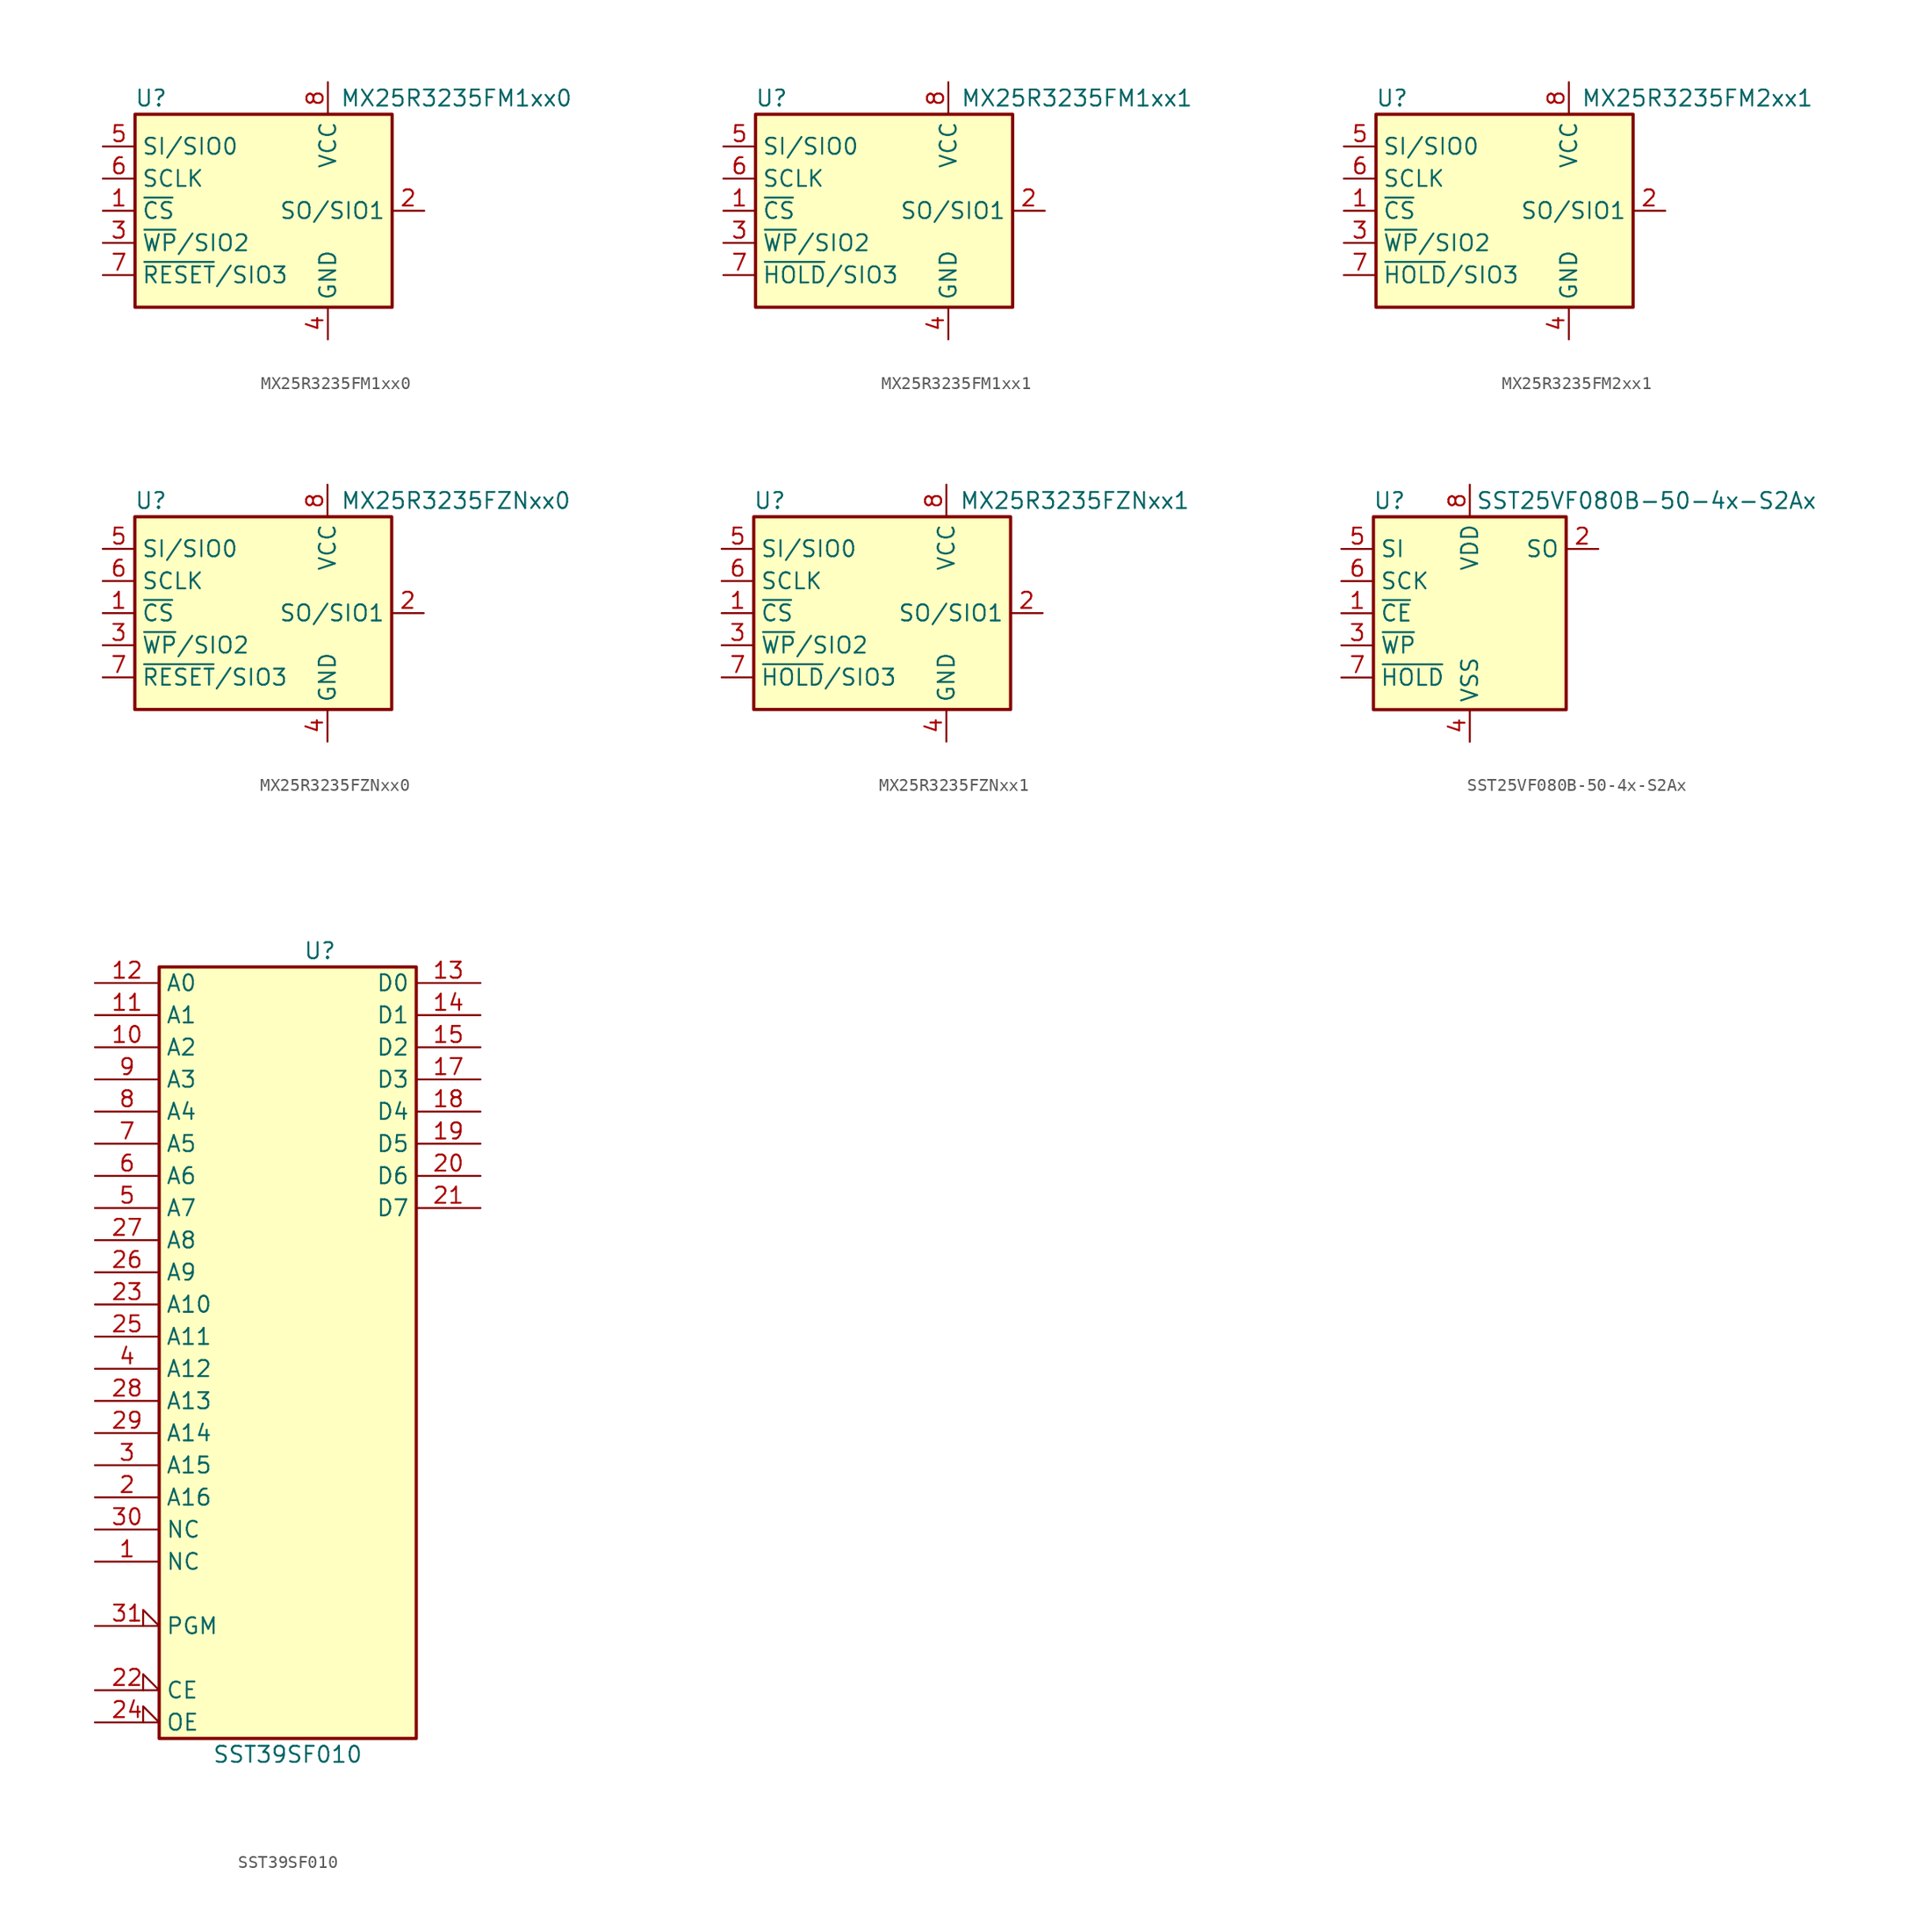
<source format=kicad_sym>
(kicad_symbol_lib
  (version 20201005)
  (generator kicad_symbol_editor)
  (symbol "Memory_Flash:MX25R3235FM1xx0"
    (property "Reference" "U"
      (at -8.89 8.89 0)
      (effects (font (size 1.27 1.27))))
    (property "Value" "MX25R3235FM1xx0"
      (at 15.24 8.89 0)
      (effects (font (size 1.27 1.27))))
    (symbol "MX25R3235FM1xx0_1_1"
      (rectangle (start -10.16 7.62) (end 10.16 -7.62) (stroke (width 0.254)) (fill (type background)))
      (pin input line (at -12.7 0 0) (length 2.54) (name "~CS" (effects (font (size 1.27 1.27)))) (number "1" (effects (font (size 1.27 1.27)))))
      (pin bidirectional line (at 12.7 0 180) (length 2.54) (name "SO/SIO1" (effects (font (size 1.27 1.27)))) (number "2" (effects (font (size 1.27 1.27)))))
      (pin bidirectional line (at -12.7 -2.54 0) (length 2.54) (name "~WP~/SIO2" (effects (font (size 1.27 1.27)))) (number "3" (effects (font (size 1.27 1.27)))))
      (pin power_in line (at 5.08 -10.16 90) (length 2.54) (name "GND" (effects (font (size 1.27 1.27)))) (number "4" (effects (font (size 1.27 1.27)))))
      (pin bidirectional line (at -12.7 5.08 0) (length 2.54) (name "SI/SIO0" (effects (font (size 1.27 1.27)))) (number "5" (effects (font (size 1.27 1.27)))))
      (pin input line (at -12.7 2.54 0) (length 2.54) (name "SCLK" (effects (font (size 1.27 1.27)))) (number "6" (effects (font (size 1.27 1.27)))))
      (pin bidirectional line (at -12.7 -5.08 0) (length 2.54) (name "~RESET~/SIO3" (effects (font (size 1.27 1.27)))) (number "7" (effects (font (size 1.27 1.27)))))
      (pin power_in line (at 5.08 10.16 270) (length 2.54) (name "VCC" (effects (font (size 1.27 1.27)))) (number "8" (effects (font (size 1.27 1.27)))))))
  (symbol "Memory_Flash:MX25R3235FM1xx1"
    (property "Reference" "U"
      (at -8.89 8.89 0)
      (effects (font (size 1.27 1.27))))
    (property "Value" "MX25R3235FM1xx1"
      (at 15.24 8.89 0)
      (effects (font (size 1.27 1.27))))
    (symbol "MX25R3235FM1xx1_1_1"
      (rectangle (start -10.16 7.62) (end 10.16 -7.62) (stroke (width 0.254)) (fill (type background)))
      (pin input line (at -12.7 0 0) (length 2.54) (name "~CS" (effects (font (size 1.27 1.27)))) (number "1" (effects (font (size 1.27 1.27)))))
      (pin bidirectional line (at 12.7 0 180) (length 2.54) (name "SO/SIO1" (effects (font (size 1.27 1.27)))) (number "2" (effects (font (size 1.27 1.27)))))
      (pin bidirectional line (at -12.7 -2.54 0) (length 2.54) (name "~WP~/SIO2" (effects (font (size 1.27 1.27)))) (number "3" (effects (font (size 1.27 1.27)))))
      (pin power_in line (at 5.08 -10.16 90) (length 2.54) (name "GND" (effects (font (size 1.27 1.27)))) (number "4" (effects (font (size 1.27 1.27)))))
      (pin bidirectional line (at -12.7 5.08 0) (length 2.54) (name "SI/SIO0" (effects (font (size 1.27 1.27)))) (number "5" (effects (font (size 1.27 1.27)))))
      (pin input line (at -12.7 2.54 0) (length 2.54) (name "SCLK" (effects (font (size 1.27 1.27)))) (number "6" (effects (font (size 1.27 1.27)))))
      (pin bidirectional line (at -12.7 -5.08 0) (length 2.54) (name "~HOLD~/SIO3" (effects (font (size 1.27 1.27)))) (number "7" (effects (font (size 1.27 1.27)))))
      (pin power_in line (at 5.08 10.16 270) (length 2.54) (name "VCC" (effects (font (size 1.27 1.27)))) (number "8" (effects (font (size 1.27 1.27)))))))
  (symbol "Memory_Flash:MX25R3235FM2xx1"
    (property "Reference" "U"
      (at -8.89 8.89 0)
      (effects (font (size 1.27 1.27))))
    (property "Value" "MX25R3235FM2xx1"
      (at 15.24 8.89 0)
      (effects (font (size 1.27 1.27))))
    (symbol "MX25R3235FM2xx1_1_1"
      (rectangle (start -10.16 7.62) (end 10.16 -7.62) (stroke (width 0.254)) (fill (type background)))
      (pin input line (at -12.7 0 0) (length 2.54) (name "~CS" (effects (font (size 1.27 1.27)))) (number "1" (effects (font (size 1.27 1.27)))))
      (pin bidirectional line (at 12.7 0 180) (length 2.54) (name "SO/SIO1" (effects (font (size 1.27 1.27)))) (number "2" (effects (font (size 1.27 1.27)))))
      (pin bidirectional line (at -12.7 -2.54 0) (length 2.54) (name "~WP~/SIO2" (effects (font (size 1.27 1.27)))) (number "3" (effects (font (size 1.27 1.27)))))
      (pin power_in line (at 5.08 -10.16 90) (length 2.54) (name "GND" (effects (font (size 1.27 1.27)))) (number "4" (effects (font (size 1.27 1.27)))))
      (pin bidirectional line (at -12.7 5.08 0) (length 2.54) (name "SI/SIO0" (effects (font (size 1.27 1.27)))) (number "5" (effects (font (size 1.27 1.27)))))
      (pin input line (at -12.7 2.54 0) (length 2.54) (name "SCLK" (effects (font (size 1.27 1.27)))) (number "6" (effects (font (size 1.27 1.27)))))
      (pin bidirectional line (at -12.7 -5.08 0) (length 2.54) (name "~HOLD~/SIO3" (effects (font (size 1.27 1.27)))) (number "7" (effects (font (size 1.27 1.27)))))
      (pin power_in line (at 5.08 10.16 270) (length 2.54) (name "VCC" (effects (font (size 1.27 1.27)))) (number "8" (effects (font (size 1.27 1.27)))))))
  (symbol "Memory_Flash:MX25R3235FZNxx0"
    (property "Reference" "U"
      (at -8.89 8.89 0)
      (effects (font (size 1.27 1.27))))
    (property "Value" "MX25R3235FZNxx0"
      (at 15.24 8.89 0)
      (effects (font (size 1.27 1.27))))
    (symbol "MX25R3235FZNxx0_1_1"
      (rectangle (start -10.16 7.62) (end 10.16 -7.62) (stroke (width 0.254)) (fill (type background)))
      (pin input line (at -12.7 0 0) (length 2.54) (name "~CS" (effects (font (size 1.27 1.27)))) (number "1" (effects (font (size 1.27 1.27)))))
      (pin bidirectional line (at 12.7 0 180) (length 2.54) (name "SO/SIO1" (effects (font (size 1.27 1.27)))) (number "2" (effects (font (size 1.27 1.27)))))
      (pin bidirectional line (at -12.7 -2.54 0) (length 2.54) (name "~WP~/SIO2" (effects (font (size 1.27 1.27)))) (number "3" (effects (font (size 1.27 1.27)))))
      (pin power_in line (at 5.08 -10.16 90) (length 2.54) (name "GND" (effects (font (size 1.27 1.27)))) (number "4" (effects (font (size 1.27 1.27)))))
      (pin bidirectional line (at -12.7 5.08 0) (length 2.54) (name "SI/SIO0" (effects (font (size 1.27 1.27)))) (number "5" (effects (font (size 1.27 1.27)))))
      (pin input line (at -12.7 2.54 0) (length 2.54) (name "SCLK" (effects (font (size 1.27 1.27)))) (number "6" (effects (font (size 1.27 1.27)))))
      (pin bidirectional line (at -12.7 -5.08 0) (length 2.54) (name "~RESET~/SIO3" (effects (font (size 1.27 1.27)))) (number "7" (effects (font (size 1.27 1.27)))))
      (pin power_in line (at 5.08 10.16 270) (length 2.54) (name "VCC" (effects (font (size 1.27 1.27)))) (number "8" (effects (font (size 1.27 1.27)))))
      (pin passive line (at 5.08 -10.16 90) (length 2.54) hide (name "GND" (effects (font (size 1.27 1.27)))) (number "9" (effects (font (size 1.27 1.27)))))))
  (symbol "Memory_Flash:MX25R3235FZNxx1"
    (property "Reference" "U"
      (at -8.89 8.89 0)
      (effects (font (size 1.27 1.27))))
    (property "Value" "MX25R3235FZNxx1"
      (at 15.24 8.89 0)
      (effects (font (size 1.27 1.27))))
    (symbol "MX25R3235FZNxx1_1_1"
      (rectangle (start -10.16 7.62) (end 10.16 -7.62) (stroke (width 0.254)) (fill (type background)))
      (pin input line (at -12.7 0 0) (length 2.54) (name "~CS" (effects (font (size 1.27 1.27)))) (number "1" (effects (font (size 1.27 1.27)))))
      (pin bidirectional line (at 12.7 0 180) (length 2.54) (name "SO/SIO1" (effects (font (size 1.27 1.27)))) (number "2" (effects (font (size 1.27 1.27)))))
      (pin bidirectional line (at -12.7 -2.54 0) (length 2.54) (name "~WP~/SIO2" (effects (font (size 1.27 1.27)))) (number "3" (effects (font (size 1.27 1.27)))))
      (pin power_in line (at 5.08 -10.16 90) (length 2.54) (name "GND" (effects (font (size 1.27 1.27)))) (number "4" (effects (font (size 1.27 1.27)))))
      (pin bidirectional line (at -12.7 5.08 0) (length 2.54) (name "SI/SIO0" (effects (font (size 1.27 1.27)))) (number "5" (effects (font (size 1.27 1.27)))))
      (pin input line (at -12.7 2.54 0) (length 2.54) (name "SCLK" (effects (font (size 1.27 1.27)))) (number "6" (effects (font (size 1.27 1.27)))))
      (pin bidirectional line (at -12.7 -5.08 0) (length 2.54) (name "~HOLD~/SIO3" (effects (font (size 1.27 1.27)))) (number "7" (effects (font (size 1.27 1.27)))))
      (pin power_in line (at 5.08 10.16 270) (length 2.54) (name "VCC" (effects (font (size 1.27 1.27)))) (number "8" (effects (font (size 1.27 1.27)))))
      (pin passive line (at 5.08 -10.16 90) (length 2.54) hide (name "GND" (effects (font (size 1.27 1.27)))) (number "9" (effects (font (size 1.27 1.27)))))))
  (symbol "Memory_Flash:SST25VF080B-50-4x-S2Ax"
    (property "Reference" "U"
      (at -6.35 8.89 0)
      (effects (font (size 1.27 1.27))))
    (property "Value" "SST25VF080B-50-4x-S2Ax"
      (at 13.97 8.89 0)
      (effects (font (size 1.27 1.27))))
    (symbol "SST25VF080B-50-4x-S2Ax_1_1"
      (rectangle (start -7.62 7.62) (end 7.62 -7.62) (stroke (width 0.254)) (fill (type background)))
      (pin input line (at -10.16 0 0) (length 2.54) (name "~CE" (effects (font (size 1.27 1.27)))) (number "1" (effects (font (size 1.27 1.27)))))
      (pin output line (at 10.16 5.08 180) (length 2.54) (name "SO" (effects (font (size 1.27 1.27)))) (number "2" (effects (font (size 1.27 1.27)))))
      (pin input line (at -10.16 -2.54 0) (length 2.54) (name "~WP~" (effects (font (size 1.27 1.27)))) (number "3" (effects (font (size 1.27 1.27)))))
      (pin power_in line (at 0 -10.16 90) (length 2.54) (name "VSS" (effects (font (size 1.27 1.27)))) (number "4" (effects (font (size 1.27 1.27)))))
      (pin input line (at -10.16 5.08 0) (length 2.54) (name "SI" (effects (font (size 1.27 1.27)))) (number "5" (effects (font (size 1.27 1.27)))))
      (pin input line (at -10.16 2.54 0) (length 2.54) (name "SCK" (effects (font (size 1.27 1.27)))) (number "6" (effects (font (size 1.27 1.27)))))
      (pin input line (at -10.16 -5.08 0) (length 2.54) (name "~HOLD~" (effects (font (size 1.27 1.27)))) (number "7" (effects (font (size 1.27 1.27)))))
      (pin power_in line (at 0 10.16 270) (length 2.54) (name "VDD" (effects (font (size 1.27 1.27)))) (number "8" (effects (font (size 1.27 1.27)))))))
  (symbol "Memory_Flash:SST39SF010"
    (property "Reference" "U"
      (at 2.54 33.02 0)
      (effects (font (size 1.27 1.27))))
    (property "Value" "SST39SF010"
      (at 0 -30.48 0)
      (effects (font (size 1.27 1.27))))
    (symbol "SST39SF010_0_0"
      (pin power_in line (at 0 -30.48 90) (length 1.27) hide (name "GND" (effects (font (size 1.27 1.27)))) (number "16" (effects (font (size 1.27 1.27)))))
      (pin power_in line (at 0 33.02 270) (length 1.27) hide (name "VCC" (effects (font (size 1.27 1.27)))) (number "32" (effects (font (size 1.27 1.27))))))
    (symbol "SST39SF010_0_1"
      (rectangle (start -10.16 31.75) (end 10.16 -29.21) (stroke (width 0.254)) (fill (type background))))
    (symbol "SST39SF010_1_1"
      (pin input line (at -15.24 -15.24 0) (length 5.08) (name "NC" (effects (font (size 1.27 1.27)))) (number "1" (effects (font (size 1.27 1.27)))))
      (pin input line (at -15.24 25.4 0) (length 5.08) (name "A2" (effects (font (size 1.27 1.27)))) (number "10" (effects (font (size 1.27 1.27)))))
      (pin input line (at -15.24 27.94 0) (length 5.08) (name "A1" (effects (font (size 1.27 1.27)))) (number "11" (effects (font (size 1.27 1.27)))))
      (pin input line (at -15.24 30.48 0) (length 5.08) (name "A0" (effects (font (size 1.27 1.27)))) (number "12" (effects (font (size 1.27 1.27)))))
      (pin tri_state line (at 15.24 30.48 180) (length 5.08) (name "D0" (effects (font (size 1.27 1.27)))) (number "13" (effects (font (size 1.27 1.27)))))
      (pin tri_state line (at 15.24 27.94 180) (length 5.08) (name "D1" (effects (font (size 1.27 1.27)))) (number "14" (effects (font (size 1.27 1.27)))))
      (pin tri_state line (at 15.24 25.4 180) (length 5.08) (name "D2" (effects (font (size 1.27 1.27)))) (number "15" (effects (font (size 1.27 1.27)))))
      (pin tri_state line (at 15.24 22.86 180) (length 5.08) (name "D3" (effects (font (size 1.27 1.27)))) (number "17" (effects (font (size 1.27 1.27)))))
      (pin tri_state line (at 15.24 20.32 180) (length 5.08) (name "D4" (effects (font (size 1.27 1.27)))) (number "18" (effects (font (size 1.27 1.27)))))
      (pin tri_state line (at 15.24 17.78 180) (length 5.08) (name "D5" (effects (font (size 1.27 1.27)))) (number "19" (effects (font (size 1.27 1.27)))))
      (pin input line (at -15.24 -10.16 0) (length 5.08) (name "A16" (effects (font (size 1.27 1.27)))) (number "2" (effects (font (size 1.27 1.27)))))
      (pin tri_state line (at 15.24 15.24 180) (length 5.08) (name "D6" (effects (font (size 1.27 1.27)))) (number "20" (effects (font (size 1.27 1.27)))))
      (pin tri_state line (at 15.24 12.7 180) (length 5.08) (name "D7" (effects (font (size 1.27 1.27)))) (number "21" (effects (font (size 1.27 1.27)))))
      (pin input input_low (at -15.24 -25.4 0) (length 5.08) (name "CE" (effects (font (size 1.27 1.27)))) (number "22" (effects (font (size 1.27 1.27)))))
      (pin input line (at -15.24 5.08 0) (length 5.08) (name "A10" (effects (font (size 1.27 1.27)))) (number "23" (effects (font (size 1.27 1.27)))))
      (pin input input_low (at -15.24 -27.94 0) (length 5.08) (name "OE" (effects (font (size 1.27 1.27)))) (number "24" (effects (font (size 1.27 1.27)))))
      (pin input line (at -15.24 2.54 0) (length 5.08) (name "A11" (effects (font (size 1.27 1.27)))) (number "25" (effects (font (size 1.27 1.27)))))
      (pin input line (at -15.24 7.62 0) (length 5.08) (name "A9" (effects (font (size 1.27 1.27)))) (number "26" (effects (font (size 1.27 1.27)))))
      (pin input line (at -15.24 10.16 0) (length 5.08) (name "A8" (effects (font (size 1.27 1.27)))) (number "27" (effects (font (size 1.27 1.27)))))
      (pin input line (at -15.24 -2.54 0) (length 5.08) (name "A13" (effects (font (size 1.27 1.27)))) (number "28" (effects (font (size 1.27 1.27)))))
      (pin input line (at -15.24 -5.08 0) (length 5.08) (name "A14" (effects (font (size 1.27 1.27)))) (number "29" (effects (font (size 1.27 1.27)))))
      (pin input line (at -15.24 -7.62 0) (length 5.08) (name "A15" (effects (font (size 1.27 1.27)))) (number "3" (effects (font (size 1.27 1.27)))))
      (pin input line (at -15.24 -12.7 0) (length 5.08) (name "NC" (effects (font (size 1.27 1.27)))) (number "30" (effects (font (size 1.27 1.27)))))
      (pin input input_low (at -15.24 -20.32 0) (length 5.08) (name "PGM" (effects (font (size 1.27 1.27)))) (number "31" (effects (font (size 1.27 1.27)))))
      (pin input line (at -15.24 0 0) (length 5.08) (name "A12" (effects (font (size 1.27 1.27)))) (number "4" (effects (font (size 1.27 1.27)))))
      (pin input line (at -15.24 12.7 0) (length 5.08) (name "A7" (effects (font (size 1.27 1.27)))) (number "5" (effects (font (size 1.27 1.27)))))
      (pin input line (at -15.24 15.24 0) (length 5.08) (name "A6" (effects (font (size 1.27 1.27)))) (number "6" (effects (font (size 1.27 1.27)))))
      (pin input line (at -15.24 17.78 0) (length 5.08) (name "A5" (effects (font (size 1.27 1.27)))) (number "7" (effects (font (size 1.27 1.27)))))
      (pin input line (at -15.24 20.32 0) (length 5.08) (name "A4" (effects (font (size 1.27 1.27)))) (number "8" (effects (font (size 1.27 1.27)))))
      (pin input line (at -15.24 22.86 0) (length 5.08) (name "A3" (effects (font (size 1.27 1.27)))) (number "9" (effects (font (size 1.27 1.27))))))))
</source>
